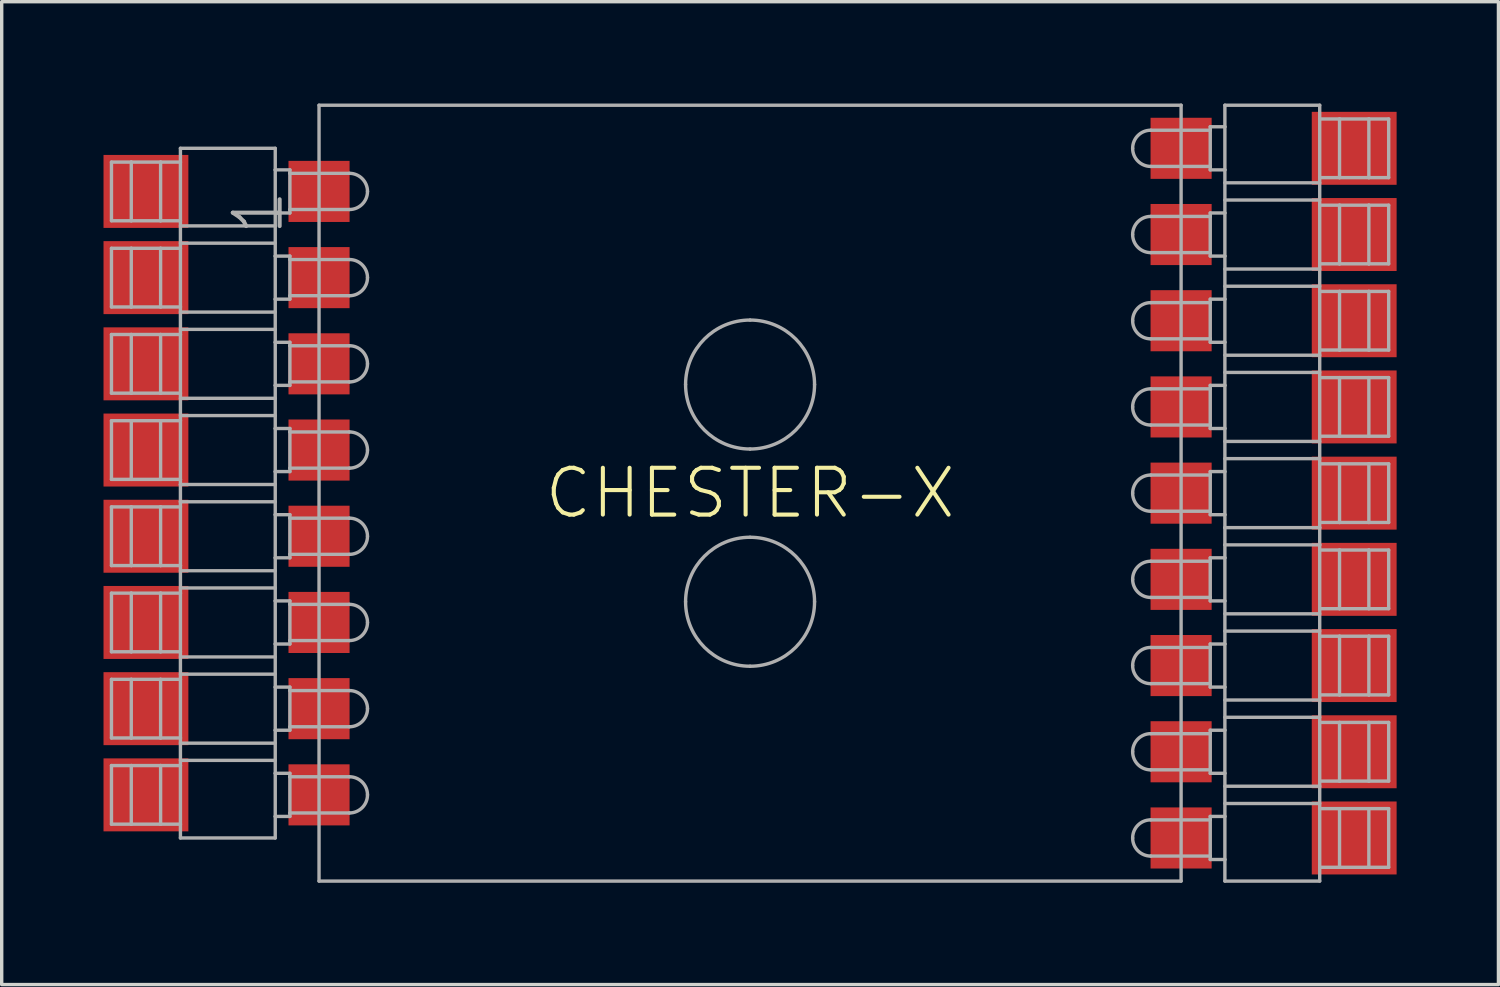
<source format=kicad_pcb>
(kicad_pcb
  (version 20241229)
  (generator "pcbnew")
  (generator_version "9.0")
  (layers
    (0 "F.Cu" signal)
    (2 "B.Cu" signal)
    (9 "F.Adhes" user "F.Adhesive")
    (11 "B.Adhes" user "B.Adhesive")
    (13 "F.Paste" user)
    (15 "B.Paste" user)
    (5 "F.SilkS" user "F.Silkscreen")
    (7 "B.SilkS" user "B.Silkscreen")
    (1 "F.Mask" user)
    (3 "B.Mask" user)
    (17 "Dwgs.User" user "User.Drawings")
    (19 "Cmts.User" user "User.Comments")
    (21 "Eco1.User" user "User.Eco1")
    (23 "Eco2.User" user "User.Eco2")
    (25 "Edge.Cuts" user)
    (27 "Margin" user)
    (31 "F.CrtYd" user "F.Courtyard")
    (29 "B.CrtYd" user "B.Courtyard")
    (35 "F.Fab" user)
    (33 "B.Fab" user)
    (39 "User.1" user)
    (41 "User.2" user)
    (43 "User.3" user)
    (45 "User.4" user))
  (footprint "CHESTER-X"
    (layer "F.Cu")
    (at 19.05 11.48)
    (property "Reference" "CHESTER-X" (at 0 0 0) (unlocked yes) (layer "F.SilkS") (effects (font (size 1.38 1.38) (thickness 0.12))))
    (fp_line (start -18.816 -9.754) (end -18.816 -8.026) (stroke (width 0.1) (type solid)) (layer "F.Fab"))
    (fp_line (start -18.816 -9.754) (end -18.232 -9.754) (stroke (width 0.1) (type solid)) (layer "F.Fab"))
    (fp_line (start -18.816 -8.026) (end -18.232 -8.026) (stroke (width 0.1) (type solid)) (layer "F.Fab"))
    (fp_line (start -18.816 -7.214) (end -18.816 -5.486) (stroke (width 0.1) (type solid)) (layer "F.Fab"))
    (fp_line (start -18.816 -7.214) (end -18.232 -7.214) (stroke (width 0.1) (type solid)) (layer "F.Fab"))
    (fp_line (start -18.816 -5.486) (end -18.232 -5.486) (stroke (width 0.1) (type solid)) (layer "F.Fab"))
    (fp_line (start -18.816 -4.674) (end -18.816 -2.946) (stroke (width 0.1) (type solid)) (layer "F.Fab"))
    (fp_line (start -18.816 -4.674) (end -18.232 -4.674) (stroke (width 0.1) (type solid)) (layer "F.Fab"))
    (fp_line (start -18.816 -2.946) (end -18.232 -2.946) (stroke (width 0.1) (type solid)) (layer "F.Fab"))
    (fp_line (start -18.816 -2.134) (end -18.816 -0.406) (stroke (width 0.1) (type solid)) (layer "F.Fab"))
    (fp_line (start -18.816 -2.134) (end -18.232 -2.134) (stroke (width 0.1) (type solid)) (layer "F.Fab"))
    (fp_line (start -18.816 -0.406) (end -18.232 -0.406) (stroke (width 0.1) (type solid)) (layer "F.Fab"))
    (fp_line (start -18.816 0.406) (end -18.816 2.134) (stroke (width 0.1) (type solid)) (layer "F.Fab"))
    (fp_line (start -18.816 0.406) (end -18.232 0.406) (stroke (width 0.1) (type solid)) (layer "F.Fab"))
    (fp_line (start -18.816 2.134) (end -18.232 2.134) (stroke (width 0.1) (type solid)) (layer "F.Fab"))
    (fp_line (start -18.816 2.946) (end -18.816 4.674) (stroke (width 0.1) (type solid)) (layer "F.Fab"))
    (fp_line (start -18.816 2.946) (end -18.232 2.946) (stroke (width 0.1) (type solid)) (layer "F.Fab"))
    (fp_line (start -18.816 4.674) (end -18.232 4.674) (stroke (width 0.1) (type solid)) (layer "F.Fab"))
    (fp_line (start -18.816 5.486) (end -18.816 7.214) (stroke (width 0.1) (type solid)) (layer "F.Fab"))
    (fp_line (start -18.816 5.486) (end -18.232 5.486) (stroke (width 0.1) (type solid)) (layer "F.Fab"))
    (fp_line (start -18.816 7.214) (end -18.232 7.214) (stroke (width 0.1) (type solid)) (layer "F.Fab"))
    (fp_line (start -18.816 8.026) (end -18.816 9.754) (stroke (width 0.1) (type solid)) (layer "F.Fab"))
    (fp_line (start -18.816 8.026) (end -18.232 8.026) (stroke (width 0.1) (type solid)) (layer "F.Fab"))
    (fp_line (start -18.816 9.754) (end -18.232 9.754) (stroke (width 0.1) (type solid)) (layer "F.Fab"))
    (fp_line (start -18.232 -9.754) (end -18.232 -8.026) (stroke (width 0.1) (type solid)) (layer "F.Fab"))
    (fp_line (start -18.232 -9.754) (end -17.368 -9.754) (stroke (width 0.1) (type solid)) (layer "F.Fab"))
    (fp_line (start -18.232 -8.026) (end -17.368 -8.026) (stroke (width 0.1) (type solid)) (layer "F.Fab"))
    (fp_line (start -18.232 -7.214) (end -18.232 -5.486) (stroke (width 0.1) (type solid)) (layer "F.Fab"))
    (fp_line (start -18.232 -7.214) (end -17.368 -7.214) (stroke (width 0.1) (type solid)) (layer "F.Fab"))
    (fp_line (start -18.232 -5.486) (end -17.368 -5.486) (stroke (width 0.1) (type solid)) (layer "F.Fab"))
    (fp_line (start -18.232 -4.674) (end -18.232 -2.946) (stroke (width 0.1) (type solid)) (layer "F.Fab"))
    (fp_line (start -18.232 -4.674) (end -17.368 -4.674) (stroke (width 0.1) (type solid)) (layer "F.Fab"))
    (fp_line (start -18.232 -2.946) (end -17.368 -2.946) (stroke (width 0.1) (type solid)) (layer "F.Fab"))
    (fp_line (start -18.232 -2.134) (end -18.232 -0.406) (stroke (width 0.1) (type solid)) (layer "F.Fab"))
    (fp_line (start -18.232 -2.134) (end -17.368 -2.134) (stroke (width 0.1) (type solid)) (layer "F.Fab"))
    (fp_line (start -18.232 -0.406) (end -17.368 -0.406) (stroke (width 0.1) (type solid)) (layer "F.Fab"))
    (fp_line (start -18.232 0.406) (end -18.232 2.134) (stroke (width 0.1) (type solid)) (layer "F.Fab"))
    (fp_line (start -18.232 0.406) (end -17.368 0.406) (stroke (width 0.1) (type solid)) (layer "F.Fab"))
    (fp_line (start -18.232 2.134) (end -17.368 2.134) (stroke (width 0.1) (type solid)) (layer "F.Fab"))
    (fp_line (start -18.232 2.946) (end -18.232 4.674) (stroke (width 0.1) (type solid)) (layer "F.Fab"))
    (fp_line (start -18.232 2.946) (end -17.368 2.946) (stroke (width 0.1) (type solid)) (layer "F.Fab"))
    (fp_line (start -18.232 4.674) (end -17.368 4.674) (stroke (width 0.1) (type solid)) (layer "F.Fab"))
    (fp_line (start -18.232 5.486) (end -18.232 7.214) (stroke (width 0.1) (type solid)) (layer "F.Fab"))
    (fp_line (start -18.232 5.486) (end -17.368 5.486) (stroke (width 0.1) (type solid)) (layer "F.Fab"))
    (fp_line (start -18.232 7.214) (end -17.368 7.214) (stroke (width 0.1) (type solid)) (layer "F.Fab"))
    (fp_line (start -18.232 8.026) (end -18.232 9.754) (stroke (width 0.1) (type solid)) (layer "F.Fab"))
    (fp_line (start -18.232 8.026) (end -17.368 8.026) (stroke (width 0.1) (type solid)) (layer "F.Fab"))
    (fp_line (start -18.232 9.754) (end -17.368 9.754) (stroke (width 0.1) (type solid)) (layer "F.Fab"))
    (fp_line (start -17.368 -9.754) (end -17.368 -8.026) (stroke (width 0.1) (type solid)) (layer "F.Fab"))
    (fp_line (start -17.368 -9.754) (end -16.784 -9.754) (stroke (width 0.1) (type solid)) (layer "F.Fab"))
    (fp_line (start -17.368 -8.026) (end -16.784 -8.026) (stroke (width 0.1) (type solid)) (layer "F.Fab"))
    (fp_line (start -17.368 -7.214) (end -17.368 -5.486) (stroke (width 0.1) (type solid)) (layer "F.Fab"))
    (fp_line (start -17.368 -7.214) (end -16.784 -7.214) (stroke (width 0.1) (type solid)) (layer "F.Fab"))
    (fp_line (start -17.368 -5.486) (end -16.784 -5.486) (stroke (width 0.1) (type solid)) (layer "F.Fab"))
    (fp_line (start -17.368 -4.674) (end -17.368 -2.946) (stroke (width 0.1) (type solid)) (layer "F.Fab"))
    (fp_line (start -17.368 -4.674) (end -16.784 -4.674) (stroke (width 0.1) (type solid)) (layer "F.Fab"))
    (fp_line (start -17.368 -2.946) (end -16.784 -2.946) (stroke (width 0.1) (type solid)) (layer "F.Fab"))
    (fp_line (start -17.368 -2.134) (end -17.368 -0.406) (stroke (width 0.1) (type solid)) (layer "F.Fab"))
    (fp_line (start -17.368 -2.134) (end -16.784 -2.134) (stroke (width 0.1) (type solid)) (layer "F.Fab"))
    (fp_line (start -17.368 -0.406) (end -16.784 -0.406) (stroke (width 0.1) (type solid)) (layer "F.Fab"))
    (fp_line (start -17.368 0.406) (end -17.368 2.134) (stroke (width 0.1) (type solid)) (layer "F.Fab"))
    (fp_line (start -17.368 0.406) (end -16.784 0.406) (stroke (width 0.1) (type solid)) (layer "F.Fab"))
    (fp_line (start -17.368 2.134) (end -16.784 2.134) (stroke (width 0.1) (type solid)) (layer "F.Fab"))
    (fp_line (start -17.368 2.946) (end -17.368 4.674) (stroke (width 0.1) (type solid)) (layer "F.Fab"))
    (fp_line (start -17.368 2.946) (end -16.784 2.946) (stroke (width 0.1) (type solid)) (layer "F.Fab"))
    (fp_line (start -17.368 4.674) (end -16.784 4.674) (stroke (width 0.1) (type solid)) (layer "F.Fab"))
    (fp_line (start -17.368 5.486) (end -17.368 7.214) (stroke (width 0.1) (type solid)) (layer "F.Fab"))
    (fp_line (start -17.368 5.486) (end -16.784 5.486) (stroke (width 0.1) (type solid)) (layer "F.Fab"))
    (fp_line (start -17.368 7.214) (end -16.784 7.214) (stroke (width 0.1) (type solid)) (layer "F.Fab"))
    (fp_line (start -17.368 8.026) (end -17.368 9.754) (stroke (width 0.1) (type solid)) (layer "F.Fab"))
    (fp_line (start -17.368 8.026) (end -16.784 8.026) (stroke (width 0.1) (type solid)) (layer "F.Fab"))
    (fp_line (start -17.368 9.754) (end -16.784 9.754) (stroke (width 0.1) (type solid)) (layer "F.Fab"))
    (fp_line (start -16.784 -10.16) (end -13.99 -10.16) (stroke (width 0.1) (type solid)) (layer "F.Fab"))
    (fp_line (start -16.784 -9.754) (end -16.784 -10.16) (stroke (width 0.1) (type solid)) (layer "F.Fab"))
    (fp_line (start -16.784 -9.754) (end -16.784 -8.026) (stroke (width 0.1) (type solid)) (layer "F.Fab"))
    (fp_line (start -16.784 -8.026) (end -16.784 -7.214) (stroke (width 0.1) (type solid)) (layer "F.Fab"))
    (fp_line (start -16.784 -7.874) (end -13.99 -7.874) (stroke (width 0.1) (type solid)) (layer "F.Fab"))
    (fp_line (start -16.784 -7.366) (end -13.99 -7.366) (stroke (width 0.1) (type solid)) (layer "F.Fab"))
    (fp_line (start -16.784 -7.214) (end -16.784 -5.486) (stroke (width 0.1) (type solid)) (layer "F.Fab"))
    (fp_line (start -16.784 -5.486) (end -16.784 -4.674) (stroke (width 0.1) (type solid)) (layer "F.Fab"))
    (fp_line (start -16.784 -5.334) (end -13.99 -5.334) (stroke (width 0.1) (type solid)) (layer "F.Fab"))
    (fp_line (start -16.784 -4.826) (end -13.99 -4.826) (stroke (width 0.1) (type solid)) (layer "F.Fab"))
    (fp_line (start -16.784 -4.674) (end -16.784 -2.946) (stroke (width 0.1) (type solid)) (layer "F.Fab"))
    (fp_line (start -16.784 -2.946) (end -16.784 -2.134) (stroke (width 0.1) (type solid)) (layer "F.Fab"))
    (fp_line (start -16.784 -2.794) (end -13.99 -2.794) (stroke (width 0.1) (type solid)) (layer "F.Fab"))
    (fp_line (start -16.784 -2.286) (end -13.99 -2.286) (stroke (width 0.1) (type solid)) (layer "F.Fab"))
    (fp_line (start -16.784 -2.134) (end -16.784 -0.406) (stroke (width 0.1) (type solid)) (layer "F.Fab"))
    (fp_line (start -16.784 -0.406) (end -16.784 -0.254) (stroke (width 0.1) (type solid)) (layer "F.Fab"))
    (fp_line (start -16.784 -0.254) (end -16.784 0.254) (stroke (width 0.1) (type solid)) (layer "F.Fab"))
    (fp_line (start -16.784 -0.254) (end -13.99 -0.254) (stroke (width 0.1) (type solid)) (layer "F.Fab"))
    (fp_line (start -16.784 0.254) (end -13.99 0.254) (stroke (width 0.1) (type solid)) (layer "F.Fab"))
    (fp_line (start -16.784 0.406) (end -16.784 0.254) (stroke (width 0.1) (type solid)) (layer "F.Fab"))
    (fp_line (start -16.784 0.406) (end -16.784 2.134) (stroke (width 0.1) (type solid)) (layer "F.Fab"))
    (fp_line (start -16.784 2.286) (end -13.99 2.286) (stroke (width 0.1) (type solid)) (layer "F.Fab"))
    (fp_line (start -16.784 2.794) (end -13.99 2.794) (stroke (width 0.1) (type solid)) (layer "F.Fab"))
    (fp_line (start -16.784 2.946) (end -16.784 2.134) (stroke (width 0.1) (type solid)) (layer "F.Fab"))
    (fp_line (start -16.784 2.946) (end -16.784 4.674) (stroke (width 0.1) (type solid)) (layer "F.Fab"))
    (fp_line (start -16.784 4.826) (end -13.99 4.826) (stroke (width 0.1) (type solid)) (layer "F.Fab"))
    (fp_line (start -16.784 5.334) (end -13.99 5.334) (stroke (width 0.1) (type solid)) (layer "F.Fab"))
    (fp_line (start -16.784 5.486) (end -16.784 4.674) (stroke (width 0.1) (type solid)) (layer "F.Fab"))
    (fp_line (start -16.784 5.486) (end -16.784 7.214) (stroke (width 0.1) (type solid)) (layer "F.Fab"))
    (fp_line (start -16.784 7.366) (end -13.99 7.366) (stroke (width 0.1) (type solid)) (layer "F.Fab"))
    (fp_line (start -16.784 7.874) (end -13.99 7.874) (stroke (width 0.1) (type solid)) (layer "F.Fab"))
    (fp_line (start -16.784 8.026) (end -16.784 7.214) (stroke (width 0.1) (type solid)) (layer "F.Fab"))
    (fp_line (start -16.784 8.026) (end -16.784 9.754) (stroke (width 0.1) (type solid)) (layer "F.Fab"))
    (fp_line (start -16.784 9.754) (end -16.784 10.16) (stroke (width 0.1) (type solid)) (layer "F.Fab"))
    (fp_line (start -16.784 10.16) (end -13.99 10.16) (stroke (width 0.1) (type solid)) (layer "F.Fab"))
    (fp_line (start -13.99 -10.16) (end -13.99 -9.525) (stroke (width 0.1) (type solid)) (layer "F.Fab"))
    (fp_line (start -13.99 -9.525) (end -13.99 -8.255) (stroke (width 0.1) (type solid)) (layer "F.Fab"))
    (fp_line (start -13.99 -8.255) (end -13.99 -6.985) (stroke (width 0.1) (type solid)) (layer "F.Fab"))
    (fp_line (start -13.99 -6.985) (end -13.99 -5.715) (stroke (width 0.1) (type solid)) (layer "F.Fab"))
    (fp_line (start -13.99 -5.715) (end -13.99 -4.445) (stroke (width 0.1) (type solid)) (layer "F.Fab"))
    (fp_line (start -13.99 -4.445) (end -13.99 -3.175) (stroke (width 0.1) (type solid)) (layer "F.Fab"))
    (fp_line (start -13.99 -3.175) (end -13.99 -1.905) (stroke (width 0.1) (type solid)) (layer "F.Fab"))
    (fp_line (start -13.99 -1.905) (end -13.99 -0.635) (stroke (width 0.1) (type solid)) (layer "F.Fab"))
    (fp_line (start -13.99 -0.635) (end -13.99 -0.254) (stroke (width 0.1) (type solid)) (layer "F.Fab"))
    (fp_line (start -13.99 -0.254) (end -13.99 0.254) (stroke (width 0.1) (type solid)) (layer "F.Fab"))
    (fp_line (start -13.99 0.254) (end -13.99 0.635) (stroke (width 0.1) (type solid)) (layer "F.Fab"))
    (fp_line (start -13.99 0.635) (end -13.99 1.905) (stroke (width 0.1) (type solid)) (layer "F.Fab"))
    (fp_line (start -13.99 1.905) (end -13.99 3.175) (stroke (width 0.1) (type solid)) (layer "F.Fab"))
    (fp_line (start -13.99 3.175) (end -13.99 4.445) (stroke (width 0.1) (type solid)) (layer "F.Fab"))
    (fp_line (start -13.99 4.445) (end -13.99 5.715) (stroke (width 0.1) (type solid)) (layer "F.Fab"))
    (fp_line (start -13.99 5.715) (end -13.99 6.985) (stroke (width 0.1) (type solid)) (layer "F.Fab"))
    (fp_line (start -13.99 6.985) (end -13.99 8.255) (stroke (width 0.1) (type solid)) (layer "F.Fab"))
    (fp_line (start -13.99 8.255) (end -13.99 9.525) (stroke (width 0.1) (type solid)) (layer "F.Fab"))
    (fp_line (start -13.99 9.525) (end -13.99 10.16) (stroke (width 0.1) (type solid)) (layer "F.Fab"))
    (fp_line (start -13.558 -9.525) (end -13.99 -9.525) (stroke (width 0.1) (type solid)) (layer "F.Fab"))
    (fp_line (start -13.558 -9.525) (end -13.558 -9.423) (stroke (width 0.1) (type solid)) (layer "F.Fab"))
    (fp_line (start -13.558 -9.423) (end -13.558 -8.357) (stroke (width 0.1) (type solid)) (layer "F.Fab"))
    (fp_line (start -13.558 -8.357) (end -13.558 -8.255) (stroke (width 0.1) (type solid)) (layer "F.Fab"))
    (fp_line (start -13.558 -8.255) (end -13.99 -8.255) (stroke (width 0.1) (type solid)) (layer "F.Fab"))
    (fp_line (start -13.558 -6.985) (end -13.99 -6.985) (stroke (width 0.1) (type solid)) (layer "F.Fab"))
    (fp_line (start -13.558 -6.985) (end -13.558 -6.883) (stroke (width 0.1) (type solid)) (layer "F.Fab"))
    (fp_line (start -13.558 -6.883) (end -13.558 -5.817) (stroke (width 0.1) (type solid)) (layer "F.Fab"))
    (fp_line (start -13.558 -5.817) (end -13.558 -5.715) (stroke (width 0.1) (type solid)) (layer "F.Fab"))
    (fp_line (start -13.558 -5.715) (end -13.99 -5.715) (stroke (width 0.1) (type solid)) (layer "F.Fab"))
    (fp_line (start -13.558 -4.445) (end -13.99 -4.445) (stroke (width 0.1) (type solid)) (layer "F.Fab"))
    (fp_line (start -13.558 -4.445) (end -13.558 -4.343) (stroke (width 0.1) (type solid)) (layer "F.Fab"))
    (fp_line (start -13.558 -4.343) (end -13.558 -3.277) (stroke (width 0.1) (type solid)) (layer "F.Fab"))
    (fp_line (start -13.558 -3.277) (end -13.558 -3.175) (stroke (width 0.1) (type solid)) (layer "F.Fab"))
    (fp_line (start -13.558 -3.175) (end -13.99 -3.175) (stroke (width 0.1) (type solid)) (layer "F.Fab"))
    (fp_line (start -13.558 -1.905) (end -13.99 -1.905) (stroke (width 0.1) (type solid)) (layer "F.Fab"))
    (fp_line (start -13.558 -1.905) (end -13.558 -1.803) (stroke (width 0.1) (type solid)) (layer "F.Fab"))
    (fp_line (start -13.558 -1.803) (end -13.558 -0.737) (stroke (width 0.1) (type solid)) (layer "F.Fab"))
    (fp_line (start -13.558 -0.737) (end -13.558 -0.635) (stroke (width 0.1) (type solid)) (layer "F.Fab"))
    (fp_line (start -13.558 -0.635) (end -13.99 -0.635) (stroke (width 0.1) (type solid)) (layer "F.Fab"))
    (fp_line (start -13.558 0.635) (end -13.99 0.635) (stroke (width 0.1) (type solid)) (layer "F.Fab"))
    (fp_line (start -13.558 0.635) (end -13.558 0.737) (stroke (width 0.1) (type solid)) (layer "F.Fab"))
    (fp_line (start -13.558 0.737) (end -13.558 1.803) (stroke (width 0.1) (type solid)) (layer "F.Fab"))
    (fp_line (start -13.558 1.803) (end -13.558 1.905) (stroke (width 0.1) (type solid)) (layer "F.Fab"))
    (fp_line (start -13.558 1.905) (end -13.99 1.905) (stroke (width 0.1) (type solid)) (layer "F.Fab"))
    (fp_line (start -13.558 3.175) (end -13.99 3.175) (stroke (width 0.1) (type solid)) (layer "F.Fab"))
    (fp_line (start -13.558 3.175) (end -13.558 3.277) (stroke (width 0.1) (type solid)) (layer "F.Fab"))
    (fp_line (start -13.558 3.277) (end -13.558 4.343) (stroke (width 0.1) (type solid)) (layer "F.Fab"))
    (fp_line (start -13.558 4.343) (end -13.558 4.445) (stroke (width 0.1) (type solid)) (layer "F.Fab"))
    (fp_line (start -13.558 4.445) (end -13.99 4.445) (stroke (width 0.1) (type solid)) (layer "F.Fab"))
    (fp_line (start -13.558 5.715) (end -13.99 5.715) (stroke (width 0.1) (type solid)) (layer "F.Fab"))
    (fp_line (start -13.558 5.715) (end -13.558 5.817) (stroke (width 0.1) (type solid)) (layer "F.Fab"))
    (fp_line (start -13.558 5.817) (end -13.558 6.883) (stroke (width 0.1) (type solid)) (layer "F.Fab"))
    (fp_line (start -13.558 6.883) (end -13.558 6.985) (stroke (width 0.1) (type solid)) (layer "F.Fab"))
    (fp_line (start -13.558 6.985) (end -13.99 6.985) (stroke (width 0.1) (type solid)) (layer "F.Fab"))
    (fp_line (start -13.558 8.255) (end -13.99 8.255) (stroke (width 0.1) (type solid)) (layer "F.Fab"))
    (fp_line (start -13.558 8.255) (end -13.558 8.357) (stroke (width 0.1) (type solid)) (layer "F.Fab"))
    (fp_line (start -13.558 8.357) (end -13.558 9.423) (stroke (width 0.1) (type solid)) (layer "F.Fab"))
    (fp_line (start -13.558 9.423) (end -13.558 9.525) (stroke (width 0.1) (type solid)) (layer "F.Fab"))
    (fp_line (start -13.558 9.525) (end -13.99 9.525) (stroke (width 0.1) (type solid)) (layer "F.Fab"))
    (fp_line (start -12.7 -11.43) (end -12.7 11.43) (stroke (width 0.1) (type solid)) (layer "F.Fab"))
    (fp_line (start -12.7 11.43) (end 12.7 11.43) (stroke (width 0.1) (type solid)) (layer "F.Fab"))
    (fp_line (start -11.806 -9.423) (end -13.558 -9.423) (stroke (width 0.1) (type solid)) (layer "F.Fab"))
    (fp_line (start -11.806 -8.357) (end -13.558 -8.357) (stroke (width 0.1) (type solid)) (layer "F.Fab"))
    (fp_line (start -11.806 -6.883) (end -13.558 -6.883) (stroke (width 0.1) (type solid)) (layer "F.Fab"))
    (fp_line (start -11.806 -5.817) (end -13.558 -5.817) (stroke (width 0.1) (type solid)) (layer "F.Fab"))
    (fp_line (start -11.806 -4.343) (end -13.558 -4.343) (stroke (width 0.1) (type solid)) (layer "F.Fab"))
    (fp_line (start -11.806 -3.277) (end -13.558 -3.277) (stroke (width 0.1) (type solid)) (layer "F.Fab"))
    (fp_line (start -11.806 -1.803) (end -13.558 -1.803) (stroke (width 0.1) (type solid)) (layer "F.Fab"))
    (fp_line (start -11.806 -0.737) (end -13.558 -0.737) (stroke (width 0.1) (type solid)) (layer "F.Fab"))
    (fp_line (start -11.806 0.737) (end -13.558 0.737) (stroke (width 0.1) (type solid)) (layer "F.Fab"))
    (fp_line (start -11.806 1.803) (end -13.558 1.803) (stroke (width 0.1) (type solid)) (layer "F.Fab"))
    (fp_line (start -11.806 3.277) (end -13.558 3.277) (stroke (width 0.1) (type solid)) (layer "F.Fab"))
    (fp_line (start -11.806 4.343) (end -13.558 4.343) (stroke (width 0.1) (type solid)) (layer "F.Fab"))
    (fp_line (start -11.806 5.817) (end -13.558 5.817) (stroke (width 0.1) (type solid)) (layer "F.Fab"))
    (fp_line (start -11.806 6.883) (end -13.558 6.883) (stroke (width 0.1) (type solid)) (layer "F.Fab"))
    (fp_line (start -11.806 8.357) (end -13.558 8.357) (stroke (width 0.1) (type solid)) (layer "F.Fab"))
    (fp_line (start -11.806 9.423) (end -13.558 9.423) (stroke (width 0.1) (type solid)) (layer "F.Fab"))
    (fp_line (start 11.806 -10.693) (end 13.558 -10.693) (stroke (width 0.1) (type solid)) (layer "F.Fab"))
    (fp_line (start 11.806 -9.627) (end 13.558 -9.627) (stroke (width 0.1) (type solid)) (layer "F.Fab"))
    (fp_line (start 11.806 -8.153) (end 13.558 -8.153) (stroke (width 0.1) (type solid)) (layer "F.Fab"))
    (fp_line (start 11.806 -7.087) (end 13.558 -7.087) (stroke (width 0.1) (type solid)) (layer "F.Fab"))
    (fp_line (start 11.806 -5.613) (end 13.558 -5.613) (stroke (width 0.1) (type solid)) (layer "F.Fab"))
    (fp_line (start 11.806 -4.547) (end 13.558 -4.547) (stroke (width 0.1) (type solid)) (layer "F.Fab"))
    (fp_line (start 11.806 -3.073) (end 13.558 -3.073) (stroke (width 0.1) (type solid)) (layer "F.Fab"))
    (fp_line (start 11.806 -2.007) (end 13.558 -2.007) (stroke (width 0.1) (type solid)) (layer "F.Fab"))
    (fp_line (start 11.806 -0.533) (end 13.558 -0.533) (stroke (width 0.1) (type solid)) (layer "F.Fab"))
    (fp_line (start 11.806 0.533) (end 13.558 0.533) (stroke (width 0.1) (type solid)) (layer "F.Fab"))
    (fp_line (start 11.806 2.007) (end 13.558 2.007) (stroke (width 0.1) (type solid)) (layer "F.Fab"))
    (fp_line (start 11.806 3.073) (end 13.558 3.073) (stroke (width 0.1) (type solid)) (layer "F.Fab"))
    (fp_line (start 11.806 4.547) (end 13.558 4.547) (stroke (width 0.1) (type solid)) (layer "F.Fab"))
    (fp_line (start 11.806 5.613) (end 13.558 5.613) (stroke (width 0.1) (type solid)) (layer "F.Fab"))
    (fp_line (start 11.806 7.087) (end 13.558 7.087) (stroke (width 0.1) (type solid)) (layer "F.Fab"))
    (fp_line (start 11.806 8.153) (end 13.558 8.153) (stroke (width 0.1) (type solid)) (layer "F.Fab"))
    (fp_line (start 11.806 9.627) (end 13.558 9.627) (stroke (width 0.1) (type solid)) (layer "F.Fab"))
    (fp_line (start 11.806 10.693) (end 13.558 10.693) (stroke (width 0.1) (type solid)) (layer "F.Fab"))
    (fp_line (start 12.7 -11.43) (end -12.7 -11.43) (stroke (width 0.1) (type solid)) (layer "F.Fab"))
    (fp_line (start 12.7 11.43) (end 12.7 -11.43) (stroke (width 0.1) (type solid)) (layer "F.Fab"))
    (fp_line (start 13.558 -10.795) (end 13.99 -10.795) (stroke (width 0.1) (type solid)) (layer "F.Fab"))
    (fp_line (start 13.558 -10.693) (end 13.558 -10.795) (stroke (width 0.1) (type solid)) (layer "F.Fab"))
    (fp_line (start 13.558 -9.627) (end 13.558 -10.693) (stroke (width 0.1) (type solid)) (layer "F.Fab"))
    (fp_line (start 13.558 -9.525) (end 13.558 -9.627) (stroke (width 0.1) (type solid)) (layer "F.Fab"))
    (fp_line (start 13.558 -9.525) (end 13.99 -9.525) (stroke (width 0.1) (type solid)) (layer "F.Fab"))
    (fp_line (start 13.558 -8.255) (end 13.99 -8.255) (stroke (width 0.1) (type solid)) (layer "F.Fab"))
    (fp_line (start 13.558 -8.153) (end 13.558 -8.255) (stroke (width 0.1) (type solid)) (layer "F.Fab"))
    (fp_line (start 13.558 -7.087) (end 13.558 -8.153) (stroke (width 0.1) (type solid)) (layer "F.Fab"))
    (fp_line (start 13.558 -6.985) (end 13.558 -7.087) (stroke (width 0.1) (type solid)) (layer "F.Fab"))
    (fp_line (start 13.558 -6.985) (end 13.99 -6.985) (stroke (width 0.1) (type solid)) (layer "F.Fab"))
    (fp_line (start 13.558 -5.715) (end 13.99 -5.715) (stroke (width 0.1) (type solid)) (layer "F.Fab"))
    (fp_line (start 13.558 -5.613) (end 13.558 -5.715) (stroke (width 0.1) (type solid)) (layer "F.Fab"))
    (fp_line (start 13.558 -4.547) (end 13.558 -5.613) (stroke (width 0.1) (type solid)) (layer "F.Fab"))
    (fp_line (start 13.558 -4.445) (end 13.558 -4.547) (stroke (width 0.1) (type solid)) (layer "F.Fab"))
    (fp_line (start 13.558 -4.445) (end 13.99 -4.445) (stroke (width 0.1) (type solid)) (layer "F.Fab"))
    (fp_line (start 13.558 -3.175) (end 13.99 -3.175) (stroke (width 0.1) (type solid)) (layer "F.Fab"))
    (fp_line (start 13.558 -3.073) (end 13.558 -3.175) (stroke (width 0.1) (type solid)) (layer "F.Fab"))
    (fp_line (start 13.558 -2.007) (end 13.558 -3.073) (stroke (width 0.1) (type solid)) (layer "F.Fab"))
    (fp_line (start 13.558 -1.905) (end 13.558 -2.007) (stroke (width 0.1) (type solid)) (layer "F.Fab"))
    (fp_line (start 13.558 -1.905) (end 13.99 -1.905) (stroke (width 0.1) (type solid)) (layer "F.Fab"))
    (fp_line (start 13.558 -0.635) (end 13.99 -0.635) (stroke (width 0.1) (type solid)) (layer "F.Fab"))
    (fp_line (start 13.558 -0.533) (end 13.558 -0.635) (stroke (width 0.1) (type solid)) (layer "F.Fab"))
    (fp_line (start 13.558 0.533) (end 13.558 -0.533) (stroke (width 0.1) (type solid)) (layer "F.Fab"))
    (fp_line (start 13.558 0.635) (end 13.558 0.533) (stroke (width 0.1) (type solid)) (layer "F.Fab"))
    (fp_line (start 13.558 0.635) (end 13.99 0.635) (stroke (width 0.1) (type solid)) (layer "F.Fab"))
    (fp_line (start 13.558 1.905) (end 13.99 1.905) (stroke (width 0.1) (type solid)) (layer "F.Fab"))
    (fp_line (start 13.558 2.007) (end 13.558 1.905) (stroke (width 0.1) (type solid)) (layer "F.Fab"))
    (fp_line (start 13.558 3.073) (end 13.558 2.007) (stroke (width 0.1) (type solid)) (layer "F.Fab"))
    (fp_line (start 13.558 3.175) (end 13.558 3.073) (stroke (width 0.1) (type solid)) (layer "F.Fab"))
    (fp_line (start 13.558 3.175) (end 13.99 3.175) (stroke (width 0.1) (type solid)) (layer "F.Fab"))
    (fp_line (start 13.558 4.445) (end 13.99 4.445) (stroke (width 0.1) (type solid)) (layer "F.Fab"))
    (fp_line (start 13.558 4.547) (end 13.558 4.445) (stroke (width 0.1) (type solid)) (layer "F.Fab"))
    (fp_line (start 13.558 5.613) (end 13.558 4.547) (stroke (width 0.1) (type solid)) (layer "F.Fab"))
    (fp_line (start 13.558 5.715) (end 13.558 5.613) (stroke (width 0.1) (type solid)) (layer "F.Fab"))
    (fp_line (start 13.558 5.715) (end 13.99 5.715) (stroke (width 0.1) (type solid)) (layer "F.Fab"))
    (fp_line (start 13.558 6.985) (end 13.99 6.985) (stroke (width 0.1) (type solid)) (layer "F.Fab"))
    (fp_line (start 13.558 7.087) (end 13.558 6.985) (stroke (width 0.1) (type solid)) (layer "F.Fab"))
    (fp_line (start 13.558 8.153) (end 13.558 7.087) (stroke (width 0.1) (type solid)) (layer "F.Fab"))
    (fp_line (start 13.558 8.255) (end 13.558 8.153) (stroke (width 0.1) (type solid)) (layer "F.Fab"))
    (fp_line (start 13.558 8.255) (end 13.99 8.255) (stroke (width 0.1) (type solid)) (layer "F.Fab"))
    (fp_line (start 13.558 9.525) (end 13.99 9.525) (stroke (width 0.1) (type solid)) (layer "F.Fab"))
    (fp_line (start 13.558 9.627) (end 13.558 9.525) (stroke (width 0.1) (type solid)) (layer "F.Fab"))
    (fp_line (start 13.558 10.693) (end 13.558 9.627) (stroke (width 0.1) (type solid)) (layer "F.Fab"))
    (fp_line (start 13.558 10.795) (end 13.558 10.693) (stroke (width 0.1) (type solid)) (layer "F.Fab"))
    (fp_line (start 13.558 10.795) (end 13.99 10.795) (stroke (width 0.1) (type solid)) (layer "F.Fab"))
    (fp_line (start 13.99 -10.795) (end 13.99 -11.43) (stroke (width 0.1) (type solid)) (layer "F.Fab"))
    (fp_line (start 13.99 -9.525) (end 13.99 -10.795) (stroke (width 0.1) (type solid)) (layer "F.Fab"))
    (fp_line (start 13.99 -8.255) (end 13.99 -9.525) (stroke (width 0.1) (type solid)) (layer "F.Fab"))
    (fp_line (start 13.99 -6.985) (end 13.99 -8.255) (stroke (width 0.1) (type solid)) (layer "F.Fab"))
    (fp_line (start 13.99 -5.715) (end 13.99 -6.985) (stroke (width 0.1) (type solid)) (layer "F.Fab"))
    (fp_line (start 13.99 -4.445) (end 13.99 -5.715) (stroke (width 0.1) (type solid)) (layer "F.Fab"))
    (fp_line (start 13.99 -3.175) (end 13.99 -4.445) (stroke (width 0.1) (type solid)) (layer "F.Fab"))
    (fp_line (start 13.99 -1.905) (end 13.99 -3.175) (stroke (width 0.1) (type solid)) (layer "F.Fab"))
    (fp_line (start 13.99 -0.635) (end 13.99 -1.905) (stroke (width 0.1) (type solid)) (layer "F.Fab"))
    (fp_line (start 13.99 0.635) (end 13.99 -0.635) (stroke (width 0.1) (type solid)) (layer "F.Fab"))
    (fp_line (start 13.99 1.016) (end 13.99 0.635) (stroke (width 0.1) (type solid)) (layer "F.Fab"))
    (fp_line (start 13.99 1.524) (end 13.99 1.016) (stroke (width 0.1) (type solid)) (layer "F.Fab"))
    (fp_line (start 13.99 1.905) (end 13.99 1.524) (stroke (width 0.1) (type solid)) (layer "F.Fab"))
    (fp_line (start 13.99 3.175) (end 13.99 1.905) (stroke (width 0.1) (type solid)) (layer "F.Fab"))
    (fp_line (start 13.99 4.445) (end 13.99 3.175) (stroke (width 0.1) (type solid)) (layer "F.Fab"))
    (fp_line (start 13.99 5.715) (end 13.99 4.445) (stroke (width 0.1) (type solid)) (layer "F.Fab"))
    (fp_line (start 13.99 6.985) (end 13.99 5.715) (stroke (width 0.1) (type solid)) (layer "F.Fab"))
    (fp_line (start 13.99 8.255) (end 13.99 6.985) (stroke (width 0.1) (type solid)) (layer "F.Fab"))
    (fp_line (start 13.99 9.525) (end 13.99 8.255) (stroke (width 0.1) (type solid)) (layer "F.Fab"))
    (fp_line (start 13.99 10.795) (end 13.99 9.525) (stroke (width 0.1) (type solid)) (layer "F.Fab"))
    (fp_line (start 13.99 11.43) (end 13.99 10.795) (stroke (width 0.1) (type solid)) (layer "F.Fab"))
    (fp_line (start 16.784 -11.43) (end 13.99 -11.43) (stroke (width 0.1) (type solid)) (layer "F.Fab"))
    (fp_line (start 16.784 -11.024) (end 16.784 -11.43) (stroke (width 0.1) (type solid)) (layer "F.Fab"))
    (fp_line (start 16.784 -9.296) (end 16.784 -11.024) (stroke (width 0.1) (type solid)) (layer "F.Fab"))
    (fp_line (start 16.784 -9.296) (end 16.784 -8.484) (stroke (width 0.1) (type solid)) (layer "F.Fab"))
    (fp_line (start 16.784 -9.144) (end 13.99 -9.144) (stroke (width 0.1) (type solid)) (layer "F.Fab"))
    (fp_line (start 16.784 -8.636) (end 13.99 -8.636) (stroke (width 0.1) (type solid)) (layer "F.Fab"))
    (fp_line (start 16.784 -6.756) (end 16.784 -8.484) (stroke (width 0.1) (type solid)) (layer "F.Fab"))
    (fp_line (start 16.784 -6.756) (end 16.784 -5.944) (stroke (width 0.1) (type solid)) (layer "F.Fab"))
    (fp_line (start 16.784 -6.604) (end 13.99 -6.604) (stroke (width 0.1) (type solid)) (layer "F.Fab"))
    (fp_line (start 16.784 -6.096) (end 13.99 -6.096) (stroke (width 0.1) (type solid)) (layer "F.Fab"))
    (fp_line (start 16.784 -4.216) (end 16.784 -5.944) (stroke (width 0.1) (type solid)) (layer "F.Fab"))
    (fp_line (start 16.784 -4.216) (end 16.784 -3.404) (stroke (width 0.1) (type solid)) (layer "F.Fab"))
    (fp_line (start 16.784 -4.064) (end 13.99 -4.064) (stroke (width 0.1) (type solid)) (layer "F.Fab"))
    (fp_line (start 16.784 -3.556) (end 13.99 -3.556) (stroke (width 0.1) (type solid)) (layer "F.Fab"))
    (fp_line (start 16.784 -1.676) (end 16.784 -3.404) (stroke (width 0.1) (type solid)) (layer "F.Fab"))
    (fp_line (start 16.784 -1.676) (end 16.784 -0.864) (stroke (width 0.1) (type solid)) (layer "F.Fab"))
    (fp_line (start 16.784 -1.524) (end 13.99 -1.524) (stroke (width 0.1) (type solid)) (layer "F.Fab"))
    (fp_line (start 16.784 -1.016) (end 13.99 -1.016) (stroke (width 0.1) (type solid)) (layer "F.Fab"))
    (fp_line (start 16.784 0.864) (end 16.784 -0.864) (stroke (width 0.1) (type solid)) (layer "F.Fab"))
    (fp_line (start 16.784 0.864) (end 16.784 1.016) (stroke (width 0.1) (type solid)) (layer "F.Fab"))
    (fp_line (start 16.784 1.016) (end 13.99 1.016) (stroke (width 0.1) (type solid)) (layer "F.Fab"))
    (fp_line (start 16.784 1.524) (end 13.99 1.524) (stroke (width 0.1) (type solid)) (layer "F.Fab"))
    (fp_line (start 16.784 1.524) (end 16.784 1.016) (stroke (width 0.1) (type solid)) (layer "F.Fab"))
    (fp_line (start 16.784 1.676) (end 16.784 1.524) (stroke (width 0.1) (type solid)) (layer "F.Fab"))
    (fp_line (start 16.784 3.404) (end 16.784 1.676) (stroke (width 0.1) (type solid)) (layer "F.Fab"))
    (fp_line (start 16.784 3.556) (end 13.99 3.556) (stroke (width 0.1) (type solid)) (layer "F.Fab"))
    (fp_line (start 16.784 4.064) (end 13.99 4.064) (stroke (width 0.1) (type solid)) (layer "F.Fab"))
    (fp_line (start 16.784 4.216) (end 16.784 3.404) (stroke (width 0.1) (type solid)) (layer "F.Fab"))
    (fp_line (start 16.784 5.944) (end 16.784 4.216) (stroke (width 0.1) (type solid)) (layer "F.Fab"))
    (fp_line (start 16.784 6.096) (end 13.99 6.096) (stroke (width 0.1) (type solid)) (layer "F.Fab"))
    (fp_line (start 16.784 6.604) (end 13.99 6.604) (stroke (width 0.1) (type solid)) (layer "F.Fab"))
    (fp_line (start 16.784 6.756) (end 16.784 5.944) (stroke (width 0.1) (type solid)) (layer "F.Fab"))
    (fp_line (start 16.784 8.484) (end 16.784 6.756) (stroke (width 0.1) (type solid)) (layer "F.Fab"))
    (fp_line (start 16.784 8.636) (end 13.99 8.636) (stroke (width 0.1) (type solid)) (layer "F.Fab"))
    (fp_line (start 16.784 9.144) (end 13.99 9.144) (stroke (width 0.1) (type solid)) (layer "F.Fab"))
    (fp_line (start 16.784 9.296) (end 16.784 8.484) (stroke (width 0.1) (type solid)) (layer "F.Fab"))
    (fp_line (start 16.784 11.024) (end 16.784 9.296) (stroke (width 0.1) (type solid)) (layer "F.Fab"))
    (fp_line (start 16.784 11.024) (end 16.784 11.43) (stroke (width 0.1) (type solid)) (layer "F.Fab"))
    (fp_line (start 16.784 11.43) (end 13.99 11.43) (stroke (width 0.1) (type solid)) (layer "F.Fab"))
    (fp_line (start 17.368 -11.024) (end 16.784 -11.024) (stroke (width 0.1) (type solid)) (layer "F.Fab"))
    (fp_line (start 17.368 -9.296) (end 16.784 -9.296) (stroke (width 0.1) (type solid)) (layer "F.Fab"))
    (fp_line (start 17.368 -9.296) (end 17.368 -11.024) (stroke (width 0.1) (type solid)) (layer "F.Fab"))
    (fp_line (start 17.368 -8.484) (end 16.784 -8.484) (stroke (width 0.1) (type solid)) (layer "F.Fab"))
    (fp_line (start 17.368 -6.756) (end 16.784 -6.756) (stroke (width 0.1) (type solid)) (layer "F.Fab"))
    (fp_line (start 17.368 -6.756) (end 17.368 -8.484) (stroke (width 0.1) (type solid)) (layer "F.Fab"))
    (fp_line (start 17.368 -5.944) (end 16.784 -5.944) (stroke (width 0.1) (type solid)) (layer "F.Fab"))
    (fp_line (start 17.368 -4.216) (end 16.784 -4.216) (stroke (width 0.1) (type solid)) (layer "F.Fab"))
    (fp_line (start 17.368 -4.216) (end 17.368 -5.944) (stroke (width 0.1) (type solid)) (layer "F.Fab"))
    (fp_line (start 17.368 -3.404) (end 16.784 -3.404) (stroke (width 0.1) (type solid)) (layer "F.Fab"))
    (fp_line (start 17.368 -1.676) (end 16.784 -1.676) (stroke (width 0.1) (type solid)) (layer "F.Fab"))
    (fp_line (start 17.368 -1.676) (end 17.368 -3.404) (stroke (width 0.1) (type solid)) (layer "F.Fab"))
    (fp_line (start 17.368 -0.864) (end 16.784 -0.864) (stroke (width 0.1) (type solid)) (layer "F.Fab"))
    (fp_line (start 17.368 0.864) (end 16.784 0.864) (stroke (width 0.1) (type solid)) (layer "F.Fab"))
    (fp_line (start 17.368 0.864) (end 17.368 -0.864) (stroke (width 0.1) (type solid)) (layer "F.Fab"))
    (fp_line (start 17.368 1.676) (end 16.784 1.676) (stroke (width 0.1) (type solid)) (layer "F.Fab"))
    (fp_line (start 17.368 3.404) (end 16.784 3.404) (stroke (width 0.1) (type solid)) (layer "F.Fab"))
    (fp_line (start 17.368 3.404) (end 17.368 1.676) (stroke (width 0.1) (type solid)) (layer "F.Fab"))
    (fp_line (start 17.368 4.216) (end 16.784 4.216) (stroke (width 0.1) (type solid)) (layer "F.Fab"))
    (fp_line (start 17.368 5.944) (end 16.784 5.944) (stroke (width 0.1) (type solid)) (layer "F.Fab"))
    (fp_line (start 17.368 5.944) (end 17.368 4.216) (stroke (width 0.1) (type solid)) (layer "F.Fab"))
    (fp_line (start 17.368 6.756) (end 16.784 6.756) (stroke (width 0.1) (type solid)) (layer "F.Fab"))
    (fp_line (start 17.368 8.484) (end 16.784 8.484) (stroke (width 0.1) (type solid)) (layer "F.Fab"))
    (fp_line (start 17.368 8.484) (end 17.368 6.756) (stroke (width 0.1) (type solid)) (layer "F.Fab"))
    (fp_line (start 17.368 9.296) (end 16.784 9.296) (stroke (width 0.1) (type solid)) (layer "F.Fab"))
    (fp_line (start 17.368 11.024) (end 16.784 11.024) (stroke (width 0.1) (type solid)) (layer "F.Fab"))
    (fp_line (start 17.368 11.024) (end 17.368 9.296) (stroke (width 0.1) (type solid)) (layer "F.Fab"))
    (fp_line (start 18.232 -11.024) (end 17.368 -11.024) (stroke (width 0.1) (type solid)) (layer "F.Fab"))
    (fp_line (start 18.232 -9.296) (end 17.368 -9.296) (stroke (width 0.1) (type solid)) (layer "F.Fab"))
    (fp_line (start 18.232 -9.296) (end 18.232 -11.024) (stroke (width 0.1) (type solid)) (layer "F.Fab"))
    (fp_line (start 18.232 -8.484) (end 17.368 -8.484) (stroke (width 0.1) (type solid)) (layer "F.Fab"))
    (fp_line (start 18.232 -6.756) (end 17.368 -6.756) (stroke (width 0.1) (type solid)) (layer "F.Fab"))
    (fp_line (start 18.232 -6.756) (end 18.232 -8.484) (stroke (width 0.1) (type solid)) (layer "F.Fab"))
    (fp_line (start 18.232 -5.944) (end 17.368 -5.944) (stroke (width 0.1) (type solid)) (layer "F.Fab"))
    (fp_line (start 18.232 -4.216) (end 17.368 -4.216) (stroke (width 0.1) (type solid)) (layer "F.Fab"))
    (fp_line (start 18.232 -4.216) (end 18.232 -5.944) (stroke (width 0.1) (type solid)) (layer "F.Fab"))
    (fp_line (start 18.232 -3.404) (end 17.368 -3.404) (stroke (width 0.1) (type solid)) (layer "F.Fab"))
    (fp_line (start 18.232 -1.676) (end 17.368 -1.676) (stroke (width 0.1) (type solid)) (layer "F.Fab"))
    (fp_line (start 18.232 -1.676) (end 18.232 -3.404) (stroke (width 0.1) (type solid)) (layer "F.Fab"))
    (fp_line (start 18.232 -0.864) (end 17.368 -0.864) (stroke (width 0.1) (type solid)) (layer "F.Fab"))
    (fp_line (start 18.232 0.864) (end 17.368 0.864) (stroke (width 0.1) (type solid)) (layer "F.Fab"))
    (fp_line (start 18.232 0.864) (end 18.232 -0.864) (stroke (width 0.1) (type solid)) (layer "F.Fab"))
    (fp_line (start 18.232 1.676) (end 17.368 1.676) (stroke (width 0.1) (type solid)) (layer "F.Fab"))
    (fp_line (start 18.232 3.404) (end 17.368 3.404) (stroke (width 0.1) (type solid)) (layer "F.Fab"))
    (fp_line (start 18.232 3.404) (end 18.232 1.676) (stroke (width 0.1) (type solid)) (layer "F.Fab"))
    (fp_line (start 18.232 4.216) (end 17.368 4.216) (stroke (width 0.1) (type solid)) (layer "F.Fab"))
    (fp_line (start 18.232 5.944) (end 17.368 5.944) (stroke (width 0.1) (type solid)) (layer "F.Fab"))
    (fp_line (start 18.232 5.944) (end 18.232 4.216) (stroke (width 0.1) (type solid)) (layer "F.Fab"))
    (fp_line (start 18.232 6.756) (end 17.368 6.756) (stroke (width 0.1) (type solid)) (layer "F.Fab"))
    (fp_line (start 18.232 8.484) (end 17.368 8.484) (stroke (width 0.1) (type solid)) (layer "F.Fab"))
    (fp_line (start 18.232 8.484) (end 18.232 6.756) (stroke (width 0.1) (type solid)) (layer "F.Fab"))
    (fp_line (start 18.232 9.296) (end 17.368 9.296) (stroke (width 0.1) (type solid)) (layer "F.Fab"))
    (fp_line (start 18.232 11.024) (end 17.368 11.024) (stroke (width 0.1) (type solid)) (layer "F.Fab"))
    (fp_line (start 18.232 11.024) (end 18.232 9.296) (stroke (width 0.1) (type solid)) (layer "F.Fab"))
    (fp_line (start 18.816 -11.024) (end 18.232 -11.024) (stroke (width 0.1) (type solid)) (layer "F.Fab"))
    (fp_line (start 18.816 -9.296) (end 18.232 -9.296) (stroke (width 0.1) (type solid)) (layer "F.Fab"))
    (fp_line (start 18.816 -9.296) (end 18.816 -11.024) (stroke (width 0.1) (type solid)) (layer "F.Fab"))
    (fp_line (start 18.816 -8.484) (end 18.232 -8.484) (stroke (width 0.1) (type solid)) (layer "F.Fab"))
    (fp_line (start 18.816 -6.756) (end 18.232 -6.756) (stroke (width 0.1) (type solid)) (layer "F.Fab"))
    (fp_line (start 18.816 -6.756) (end 18.816 -8.484) (stroke (width 0.1) (type solid)) (layer "F.Fab"))
    (fp_line (start 18.816 -5.944) (end 18.232 -5.944) (stroke (width 0.1) (type solid)) (layer "F.Fab"))
    (fp_line (start 18.816 -4.216) (end 18.232 -4.216) (stroke (width 0.1) (type solid)) (layer "F.Fab"))
    (fp_line (start 18.816 -4.216) (end 18.816 -5.944) (stroke (width 0.1) (type solid)) (layer "F.Fab"))
    (fp_line (start 18.816 -3.404) (end 18.232 -3.404) (stroke (width 0.1) (type solid)) (layer "F.Fab"))
    (fp_line (start 18.816 -1.676) (end 18.232 -1.676) (stroke (width 0.1) (type solid)) (layer "F.Fab"))
    (fp_line (start 18.816 -1.676) (end 18.816 -3.404) (stroke (width 0.1) (type solid)) (layer "F.Fab"))
    (fp_line (start 18.816 -0.864) (end 18.232 -0.864) (stroke (width 0.1) (type solid)) (layer "F.Fab"))
    (fp_line (start 18.816 0.864) (end 18.232 0.864) (stroke (width 0.1) (type solid)) (layer "F.Fab"))
    (fp_line (start 18.816 0.864) (end 18.816 -0.864) (stroke (width 0.1) (type solid)) (layer "F.Fab"))
    (fp_line (start 18.816 1.676) (end 18.232 1.676) (stroke (width 0.1) (type solid)) (layer "F.Fab"))
    (fp_line (start 18.816 3.404) (end 18.232 3.404) (stroke (width 0.1) (type solid)) (layer "F.Fab"))
    (fp_line (start 18.816 3.404) (end 18.816 1.676) (stroke (width 0.1) (type solid)) (layer "F.Fab"))
    (fp_line (start 18.816 4.216) (end 18.232 4.216) (stroke (width 0.1) (type solid)) (layer "F.Fab"))
    (fp_line (start 18.816 5.944) (end 18.232 5.944) (stroke (width 0.1) (type solid)) (layer "F.Fab"))
    (fp_line (start 18.816 5.944) (end 18.816 4.216) (stroke (width 0.1) (type solid)) (layer "F.Fab"))
    (fp_line (start 18.816 6.756) (end 18.232 6.756) (stroke (width 0.1) (type solid)) (layer "F.Fab"))
    (fp_line (start 18.816 8.484) (end 18.232 8.484) (stroke (width 0.1) (type solid)) (layer "F.Fab"))
    (fp_line (start 18.816 8.484) (end 18.816 6.756) (stroke (width 0.1) (type solid)) (layer "F.Fab"))
    (fp_line (start 18.816 9.296) (end 18.232 9.296) (stroke (width 0.1) (type solid)) (layer "F.Fab"))
    (fp_line (start 18.816 11.024) (end 18.232 11.024) (stroke (width 0.1) (type solid)) (layer "F.Fab"))
    (fp_line (start 18.816 11.024) (end 18.816 9.296) (stroke (width 0.1) (type solid)) (layer "F.Fab"))
    (fp_arc (start -11.8056 -9.4234) (mid -11.428429 -9.267171) (end -11.2722 -8.89) (stroke (width 0.1) (type solid)) (layer "F.Fab"))
    (fp_arc (start -11.8056 -6.8834) (mid -11.428429 -6.727171) (end -11.2722 -6.35) (stroke (width 0.1) (type solid)) (layer "F.Fab"))
    (fp_arc (start -11.8056 -4.3434) (mid -11.428429 -4.187171) (end -11.2722 -3.81) (stroke (width 0.1) (type solid)) (layer "F.Fab"))
    (fp_arc (start -11.8056 -1.8034) (mid -11.428429 -1.647171) (end -11.2722 -1.27) (stroke (width 0.1) (type solid)) (layer "F.Fab"))
    (fp_arc (start -11.8056 0.7366) (mid -11.428429 0.892829) (end -11.2722 1.27) (stroke (width 0.1) (type solid)) (layer "F.Fab"))
    (fp_arc (start -11.8056 3.2766) (mid -11.428429 3.432829) (end -11.2722 3.81) (stroke (width 0.1) (type solid)) (layer "F.Fab"))
    (fp_arc (start -11.8056 5.8166) (mid -11.428429 5.972829) (end -11.2722 6.35) (stroke (width 0.1) (type solid)) (layer "F.Fab"))
    (fp_arc (start -11.8056 8.3566) (mid -11.428429 8.512829) (end -11.2722 8.89) (stroke (width 0.1) (type solid)) (layer "F.Fab"))
    (fp_arc (start -11.2722 -8.89) (mid -11.428429 -8.512829) (end -11.8056 -8.3566) (stroke (width 0.1) (type solid)) (layer "F.Fab"))
    (fp_arc (start -11.2722 -6.35) (mid -11.428429 -5.972829) (end -11.8056 -5.8166) (stroke (width 0.1) (type solid)) (layer "F.Fab"))
    (fp_arc (start -11.2722 -3.81) (mid -11.428429 -3.432829) (end -11.8056 -3.2766) (stroke (width 0.1) (type solid)) (layer "F.Fab"))
    (fp_arc (start -11.2722 -1.27) (mid -11.428429 -0.892829) (end -11.8056 -0.7366) (stroke (width 0.1) (type solid)) (layer "F.Fab"))
    (fp_arc (start -11.2722 1.27) (mid -11.428429 1.647171) (end -11.8056 1.8034) (stroke (width 0.1) (type solid)) (layer "F.Fab"))
    (fp_arc (start -11.2722 3.81) (mid -11.428429 4.187171) (end -11.8056 4.3434) (stroke (width 0.1) (type solid)) (layer "F.Fab"))
    (fp_arc (start -11.2722 6.35) (mid -11.428429 6.727171) (end -11.8056 6.8834) (stroke (width 0.1) (type solid)) (layer "F.Fab"))
    (fp_arc (start -11.2722 8.89) (mid -11.428429 9.267171) (end -11.8056 9.4234) (stroke (width 0.1) (type solid)) (layer "F.Fab"))
    (fp_arc (start -1.9 -3.2) (mid -1.343503 -4.543503) (end 0 -5.1) (stroke (width 0.1) (type solid)) (layer "F.Fab"))
    (fp_arc (start -1.9 3.2) (mid -1.343503 1.856497) (end 0 1.3) (stroke (width 0.1) (type solid)) (layer "F.Fab"))
    (fp_arc (start 0 -5.1) (mid 1.343503 -4.543503) (end 1.9 -3.2) (stroke (width 0.1) (type solid)) (layer "F.Fab"))
    (fp_arc (start 0 -1.3) (mid -1.343503 -1.856497) (end -1.9 -3.2) (stroke (width 0.1) (type solid)) (layer "F.Fab"))
    (fp_arc (start 0 1.3) (mid 1.343503 1.856497) (end 1.9 3.2) (stroke (width 0.1) (type solid)) (layer "F.Fab"))
    (fp_arc (start 0 5.1) (mid -1.343503 4.543503) (end -1.9 3.2) (stroke (width 0.1) (type solid)) (layer "F.Fab"))
    (fp_arc (start 1.9 -3.2) (mid 1.343503 -1.856497) (end 0 -1.3) (stroke (width 0.1) (type solid)) (layer "F.Fab"))
    (fp_arc (start 1.9 3.2) (mid 1.343503 4.543503) (end 0 5.1) (stroke (width 0.1) (type solid)) (layer "F.Fab"))
    (fp_arc (start 11.2722 -10.16) (mid 11.428429 -10.537171) (end 11.8056 -10.6934) (stroke (width 0.1) (type solid)) (layer "F.Fab"))
    (fp_arc (start 11.2722 -7.62) (mid 11.428429 -7.997171) (end 11.8056 -8.1534) (stroke (width 0.1) (type solid)) (layer "F.Fab"))
    (fp_arc (start 11.2722 -5.08) (mid 11.428429 -5.457171) (end 11.8056 -5.6134) (stroke (width 0.1) (type solid)) (layer "F.Fab"))
    (fp_arc (start 11.2722 -2.54) (mid 11.428429 -2.917171) (end 11.8056 -3.0734) (stroke (width 0.1) (type solid)) (layer "F.Fab"))
    (fp_arc (start 11.2722 0) (mid 11.428429 -0.377171) (end 11.8056 -0.5334) (stroke (width 0.1) (type solid)) (layer "F.Fab"))
    (fp_arc (start 11.2722 2.54) (mid 11.428429 2.162829) (end 11.8056 2.0066) (stroke (width 0.1) (type solid)) (layer "F.Fab"))
    (fp_arc (start 11.2722 5.08) (mid 11.428429 4.702829) (end 11.8056 4.5466) (stroke (width 0.1) (type solid)) (layer "F.Fab"))
    (fp_arc (start 11.2722 7.62) (mid 11.428429 7.242829) (end 11.8056 7.0866) (stroke (width 0.1) (type solid)) (layer "F.Fab"))
    (fp_arc (start 11.2722 10.16) (mid 11.428429 9.782829) (end 11.8056 9.6266) (stroke (width 0.1) (type solid)) (layer "F.Fab"))
    (fp_arc (start 11.8056 -9.6266) (mid 11.428429 -9.782829) (end 11.2722 -10.16) (stroke (width 0.1) (type solid)) (layer "F.Fab"))
    (fp_arc (start 11.8056 -7.0866) (mid 11.428429 -7.242829) (end 11.2722 -7.62) (stroke (width 0.1) (type solid)) (layer "F.Fab"))
    (fp_arc (start 11.8056 -4.5466) (mid 11.428429 -4.702829) (end 11.2722 -5.08) (stroke (width 0.1) (type solid)) (layer "F.Fab"))
    (fp_arc (start 11.8056 -2.0066) (mid 11.428429 -2.162829) (end 11.2722 -2.54) (stroke (width 0.1) (type solid)) (layer "F.Fab"))
    (fp_arc (start 11.8056 0.5334) (mid 11.428429 0.377171) (end 11.2722 0) (stroke (width 0.1) (type solid)) (layer "F.Fab"))
    (fp_arc (start 11.8056 3.0734) (mid 11.428429 2.917171) (end 11.2722 2.54) (stroke (width 0.1) (type solid)) (layer "F.Fab"))
    (fp_arc (start 11.8056 5.6134) (mid 11.428429 5.457171) (end 11.2722 5.08) (stroke (width 0.1) (type solid)) (layer "F.Fab"))
    (fp_arc (start 11.8056 8.1534) (mid 11.428429 7.997171) (end 11.2722 7.62) (stroke (width 0.1) (type solid)) (layer "F.Fab"))
    (fp_arc (start 11.8056 10.6934) (mid 11.428429 10.537171) (end 11.2722 10.16) (stroke (width 0.1) (type solid)) (layer "F.Fab"))
    (fp_text user "1" (at -15.3 -9 90) (layer "F.Fab") (effects (font (size 1.38 1.38) (thickness 0.12)) (justify right top)))
    (pad "1A" smd rect (at -12.7 8.89) (size 1.8 1.8) (layers "F.Cu" "F.Mask"))
    (pad "1B" smd rect (at -17.8 8.89 270) (size 2.15 2.5) (layers "F.Cu" "F.Mask"))
    (pad "2A" smd rect (at -12.7 6.35) (size 1.8 1.8) (layers "F.Cu" "F.Mask"))
    (pad "2B" smd rect (at -17.8 6.35 270) (size 2.15 2.5) (layers "F.Cu" "F.Mask"))
    (pad "3A" smd rect (at -12.7 3.81) (size 1.8 1.8) (layers "F.Cu" "F.Mask"))
    (pad "3B" smd rect (at -17.8 3.81 270) (size 2.15 2.5) (layers "F.Cu" "F.Mask"))
    (pad "4A" smd rect (at -12.7 1.27) (size 1.8 1.8) (layers "F.Cu" "F.Mask"))
    (pad "4B" smd rect (at -17.8 1.27 270) (size 2.15 2.5) (layers "F.Cu" "F.Mask"))
    (pad "5A" smd rect (at -12.7 -1.27) (size 1.8 1.8) (layers "F.Cu" "F.Mask"))
    (pad "5B" smd rect (at -17.8 -1.27 270) (size 2.15 2.5) (layers "F.Cu" "F.Mask"))
    (pad "6A" smd rect (at -12.7 -3.81) (size 1.8 1.8) (layers "F.Cu" "F.Mask"))
    (pad "6B" smd rect (at -17.8 -3.81 270) (size 2.15 2.5) (layers "F.Cu" "F.Mask"))
    (pad "7A" smd rect (at -12.7 -6.35) (size 1.8 1.8) (layers "F.Cu" "F.Mask"))
    (pad "7B" smd rect (at -17.8 -6.35 270) (size 2.15 2.5) (layers "F.Cu" "F.Mask"))
    (pad "8A" smd rect (at -12.7 -8.89) (size 1.8 1.8) (layers "F.Cu" "F.Mask"))
    (pad "8B" smd rect (at -17.8 -8.89 270) (size 2.15 2.5) (layers "F.Cu" "F.Mask"))
    (pad "9A" smd rect (at 12.7 -10.16) (size 1.8 1.8) (layers "F.Cu" "F.Mask"))
    (pad "9B" smd rect (at 17.8 -10.16 90) (size 2.15 2.5) (layers "F.Cu" "F.Mask"))
    (pad "10A" smd rect (at 12.7 -7.62) (size 1.8 1.8) (layers "F.Cu" "F.Mask"))
    (pad "10B" smd rect (at 17.8 -7.62 90) (size 2.15 2.5) (layers "F.Cu" "F.Mask"))
    (pad "11A" smd rect (at 12.7 -5.08) (size 1.8 1.8) (layers "F.Cu" "F.Mask"))
    (pad "11B" smd rect (at 17.8 -5.08 90) (size 2.15 2.5) (layers "F.Cu" "F.Mask"))
    (pad "12A" smd rect (at 12.7 -2.54) (size 1.8 1.8) (layers "F.Cu" "F.Mask"))
    (pad "12B" smd rect (at 17.8 -2.54 90) (size 2.15 2.5) (layers "F.Cu" "F.Mask"))
    (pad "13A" smd rect (at 12.7 0) (size 1.8 1.8) (layers "F.Cu" "F.Mask"))
    (pad "13B" smd rect (at 17.8 0 90) (size 2.15 2.5) (layers "F.Cu" "F.Mask"))
    (pad "14A" smd rect (at 12.7 2.54) (size 1.8 1.8) (layers "F.Cu" "F.Mask"))
    (pad "14B" smd rect (at 17.8 2.54 90) (size 2.15 2.5) (layers "F.Cu" "F.Mask"))
    (pad "15A" smd rect (at 12.7 5.08) (size 1.8 1.8) (layers "F.Cu" "F.Mask"))
    (pad "15B" smd rect (at 17.8 5.08 90) (size 2.15 2.5) (layers "F.Cu" "F.Mask"))
    (pad "16A" smd rect (at 12.7 7.62) (size 1.8 1.8) (layers "F.Cu" "F.Mask"))
    (pad "16B" smd rect (at 17.8 7.62 90) (size 2.15 2.5) (layers "F.Cu" "F.Mask"))
    (pad "17A" smd rect (at 12.7 10.16) (size 1.8 1.8) (layers "F.Cu" "F.Mask"))
    (pad "17B" smd rect (at 17.8 10.16 90) (size 2.15 2.5) (layers "F.Cu" "F.Mask")))
  (gr_rect
    (start -3 -3)
    (end 41.1 25.96)
    (stroke (width 0.1) (type default))
    (fill no)
    (layer "Edge.Cuts")))
</source>
